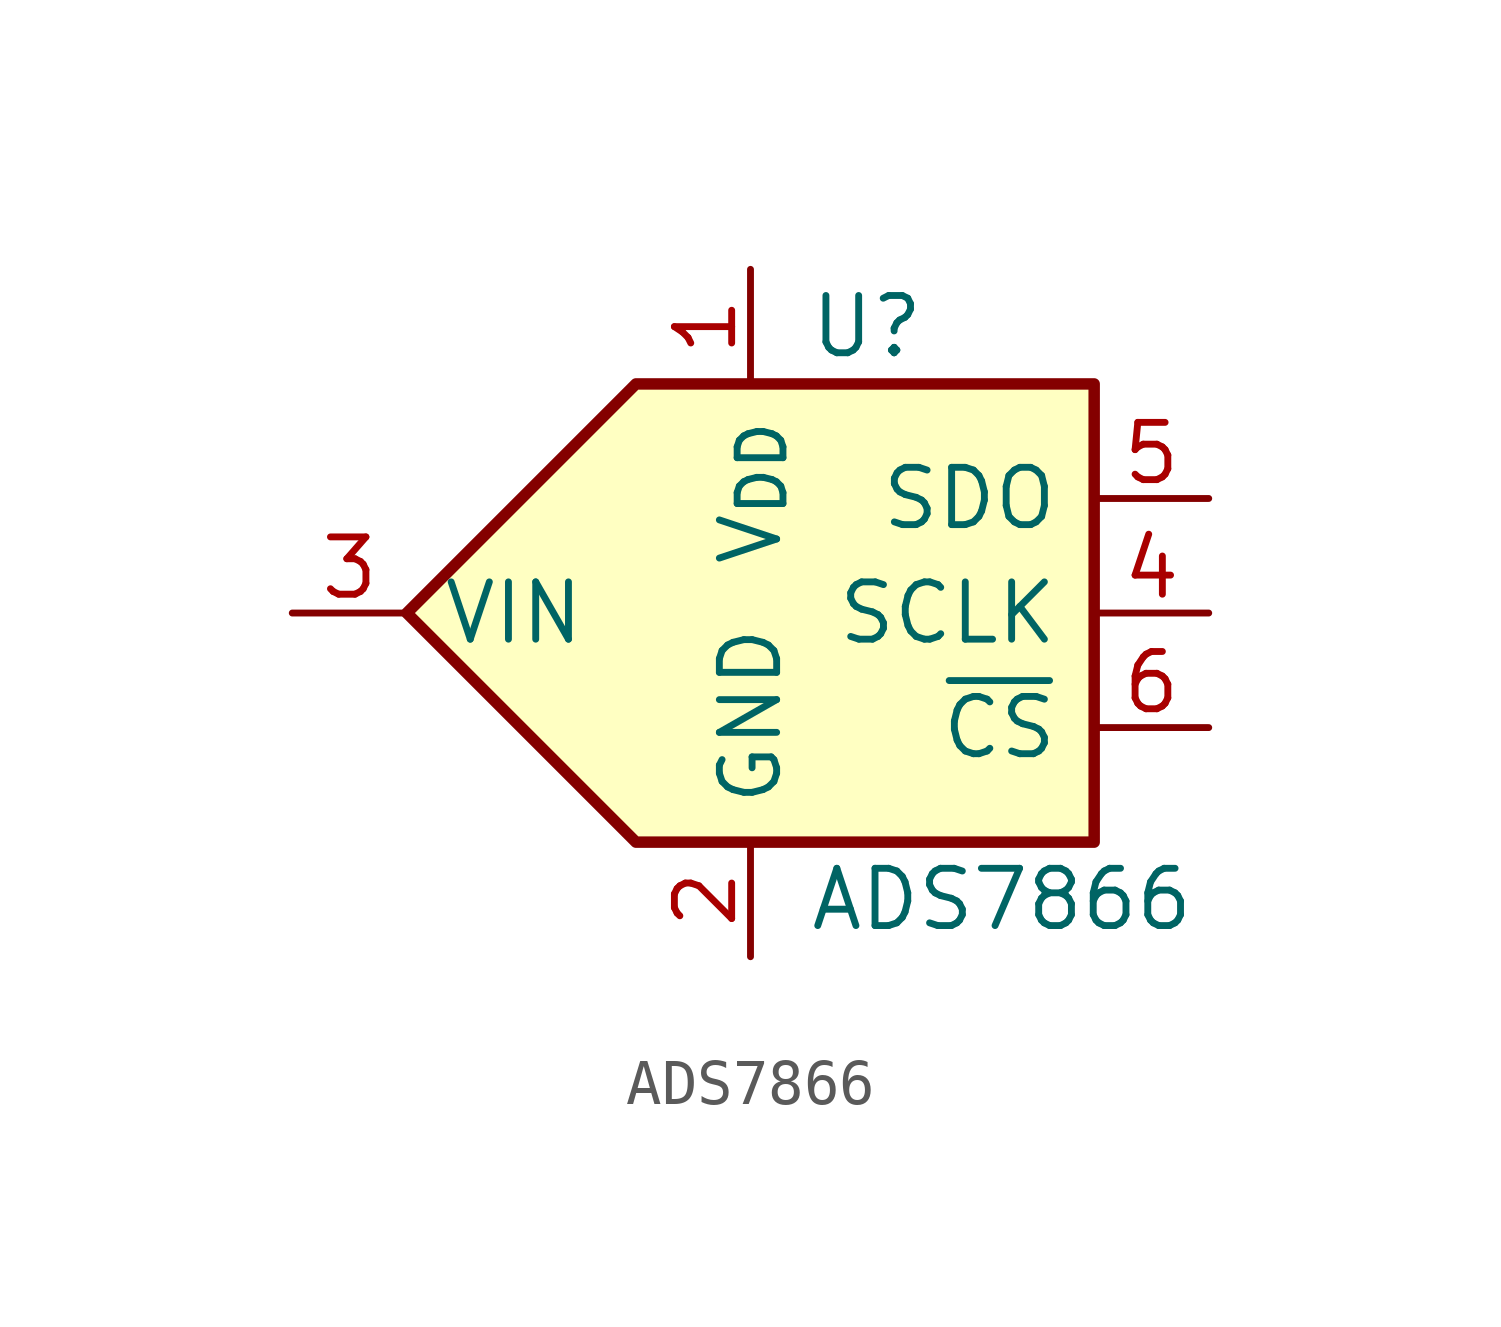
<source format=kicad_sym>
(kicad_symbol_lib
  (version 20241209)
  (generator "kicad_symbol_editor")
  (generator_version "9.0")
  (symbol "ADS7866"
    (pin_names
      (offset 0.762))
    (property "Reference" "U"
      (at 1.27 6.35 0)
      (effects (font (size 1.27 1.27)) (justify left)))
    (property "Value" "ADS7866"
      (at 1.27 -6.35 0)
      (effects (font (size 1.27 1.27)) (justify left)))
    (symbol "ADS7866_0_1"
      (polyline (pts (xy -2.54 5.08) (xy 7.62 5.08) (xy 7.62 -5.08) (xy -2.54 -5.08) (xy -7.62 0) (xy -2.54 5.08)) (stroke (width 0.254) (type default)) (fill (type background))))
    (symbol "ADS7866_1_1"
      (pin input line (at -10.16 0 0) (length 2.54) (name "VIN" (effects (font (size 1.27 1.27)))) (number "3" (effects (font (size 1.27 1.27)))))
      (pin power_in line (at 0 7.62 270) (length 2.54) (name "V_{DD}" (effects (font (size 1.27 1.27)))) (number "1" (effects (font (size 1.27 1.27)))))
      (pin power_in line (at 0 -7.62 90) (length 2.54) (name "GND" (effects (font (size 1.27 1.27)))) (number "2" (effects (font (size 1.27 1.27)))))
      (pin tri_state line (at 10.16 2.54 180) (length 2.54) (name "SDO" (effects (font (size 1.27 1.27)))) (number "5" (effects (font (size 1.27 1.27)))))
      (pin input line (at 10.16 0 180) (length 2.54) (name "SCLK" (effects (font (size 1.27 1.27)))) (number "4" (effects (font (size 1.27 1.27)))))
      (pin input line (at 10.16 -2.54 180) (length 2.54) (name "~{CS}" (effects (font (size 1.27 1.27)))) (number "6" (effects (font (size 1.27 1.27))))))))
</source>
